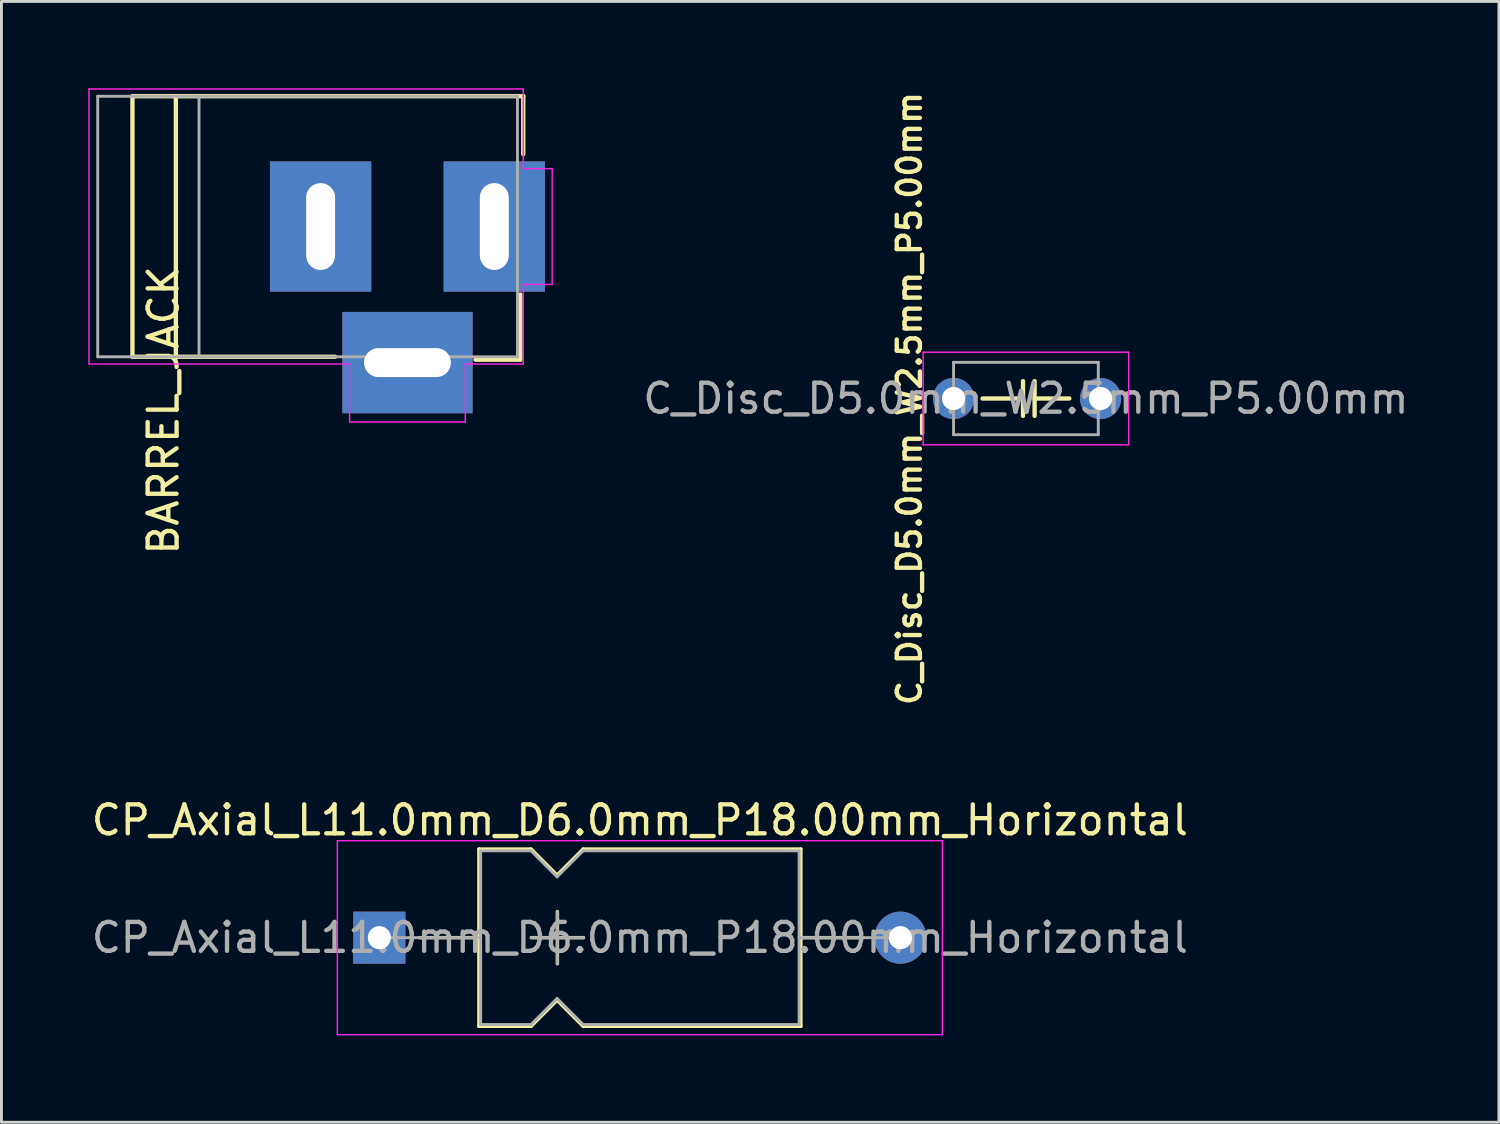
<source format=kicad_pcb>
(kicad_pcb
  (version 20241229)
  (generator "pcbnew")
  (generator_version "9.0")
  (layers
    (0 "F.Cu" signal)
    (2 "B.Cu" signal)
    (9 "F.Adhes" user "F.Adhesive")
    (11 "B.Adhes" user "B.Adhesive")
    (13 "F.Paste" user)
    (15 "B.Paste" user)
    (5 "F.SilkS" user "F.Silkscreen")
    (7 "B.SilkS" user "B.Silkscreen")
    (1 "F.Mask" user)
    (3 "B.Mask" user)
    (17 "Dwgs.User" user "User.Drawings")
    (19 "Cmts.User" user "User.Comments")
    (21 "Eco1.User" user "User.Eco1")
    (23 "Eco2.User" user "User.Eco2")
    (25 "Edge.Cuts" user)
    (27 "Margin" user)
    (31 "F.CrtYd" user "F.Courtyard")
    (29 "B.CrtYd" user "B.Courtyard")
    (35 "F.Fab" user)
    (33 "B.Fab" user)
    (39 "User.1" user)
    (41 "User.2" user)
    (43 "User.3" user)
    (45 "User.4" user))
  (footprint "BARREL_JACK"
    (layer "F.Cu")
    (at 14.025 4.775)
    (property "Reference" "BARREL_JACK" (at -11.43 6.35 270) (layer "F.SilkS") (effects (font (size 1 1) (thickness 0.15))))
    (attr through_hole)
    (fp_line (start -12.5 -4.5) (end -12.5 4.5) (stroke (width 0.15) (type solid)) (layer "F.SilkS"))
    (fp_line (start -12.5 -4.5) (end 1 -4.5) (stroke (width 0.15) (type solid)) (layer "F.SilkS"))
    (fp_line (start -12.5 4.5) (end -5.5 4.5) (stroke (width 0.15) (type solid)) (layer "F.SilkS"))
    (fp_line (start -11 -4.5) (end -11 4.5) (stroke (width 0.15) (type solid)) (layer "F.SilkS"))
    (fp_line (start 0.9 4.6) (end -0.65 4.6) (stroke (width 0.15) (type solid)) (layer "F.SilkS"))
    (fp_line (start 0.9 4.6) (end 0.9 2.35) (stroke (width 0.15) (type solid)) (layer "F.SilkS"))
    (fp_line (start 1 -4.5) (end 1 -2.5) (stroke (width 0.15) (type solid)) (layer "F.SilkS"))
    (fp_line (start -14 4.75) (end -14 -4.75) (stroke (width 0.05) (type solid)) (layer "F.CrtYd"))
    (fp_line (start -5 4.75) (end -14 4.75) (stroke (width 0.05) (type solid)) (layer "F.CrtYd"))
    (fp_line (start -5 6.75) (end -5 4.75) (stroke (width 0.05) (type solid)) (layer "F.CrtYd"))
    (fp_line (start -1 4.75) (end -1 6.75) (stroke (width 0.05) (type solid)) (layer "F.CrtYd"))
    (fp_line (start -1 6.75) (end -5 6.75) (stroke (width 0.05) (type solid)) (layer "F.CrtYd"))
    (fp_line (start 1 -4.75) (end -14 -4.75) (stroke (width 0.05) (type solid)) (layer "F.CrtYd"))
    (fp_line (start 1 -4.5) (end 1 -4.75) (stroke (width 0.05) (type solid)) (layer "F.CrtYd"))
    (fp_line (start 1 -4.5) (end 1 -2) (stroke (width 0.05) (type solid)) (layer "F.CrtYd"))
    (fp_line (start 1 -2) (end 2 -2) (stroke (width 0.05) (type solid)) (layer "F.CrtYd"))
    (fp_line (start 1 2) (end 1 4.75) (stroke (width 0.05) (type solid)) (layer "F.CrtYd"))
    (fp_line (start 1 4.75) (end -1 4.75) (stroke (width 0.05) (type solid)) (layer "F.CrtYd"))
    (fp_line (start 2 -2) (end 2 2) (stroke (width 0.05) (type solid)) (layer "F.CrtYd"))
    (fp_line (start 2 2) (end 1 2) (stroke (width 0.05) (type solid)) (layer "F.CrtYd"))
    (fp_line (start -13.7 -4.5) (end -13.7 4.5) (stroke (width 0.1) (type solid)) (layer "F.Fab"))
    (fp_line (start -13.7 4.5) (end 0.8 4.5) (stroke (width 0.1) (type solid)) (layer "F.Fab"))
    (fp_line (start -10.2 -4.5) (end -10.2 4.5) (stroke (width 0.1) (type solid)) (layer "F.Fab"))
    (fp_line (start 0.8 -4.5) (end -13.7 -4.5) (stroke (width 0.1) (type solid)) (layer "F.Fab"))
    (fp_line (start 0.8 4.5) (end 0.8 -4.5) (stroke (width 0.1) (type solid)) (layer "F.Fab"))
    (pad "1" thru_hole rect (at 0 0) (size 3.5 4.5) (drill oval 1 3) (layers "*.Cu" "*.Mask"))
    (pad "2" thru_hole rect (at -6 0) (size 3.5 4.5) (drill oval 1 3) (layers "*.Cu" "*.Mask"))
    (pad "3" thru_hole rect (at -3 4.7) (size 4.5 3.5) (drill oval 3 1) (layers "*.Cu" "*.Mask")))
  (footprint "CP_Axial_L11.0mm_D6.0mm_P18.00mm_Horizontal"
    (layer "F.Cu")
    (at 10.054 29.341)
    (property "Reference" "CP_Axial_L11.0mm_D6.0mm_P18.00mm_Horizontal" (at 9 -4.06 0) (layer "F.SilkS") (effects (font (size 1 1) (thickness 0.15))))
    (attr through_hole)
    (fp_line (start 1.38 0) (end 3.44 0) (stroke (width 0.12) (type solid)) (layer "F.SilkS"))
    (fp_line (start 3.44 -3.06) (end 3.44 3.06) (stroke (width 0.12) (type solid)) (layer "F.SilkS"))
    (fp_line (start 3.44 -3.06) (end 5.24 -3.06) (stroke (width 0.12) (type solid)) (layer "F.SilkS"))
    (fp_line (start 3.44 3.06) (end 5.24 3.06) (stroke (width 0.12) (type solid)) (layer "F.SilkS"))
    (fp_line (start 5.24 -3.06) (end 6.14 -2.16) (stroke (width 0.12) (type solid)) (layer "F.SilkS"))
    (fp_line (start 5.24 3.06) (end 6.14 2.16) (stroke (width 0.12) (type solid)) (layer "F.SilkS"))
    (fp_line (start 5.25 0) (end 7.05 0) (stroke (width 0.12) (type solid)) (layer "F.SilkS"))
    (fp_line (start 6.14 -2.16) (end 7.04 -3.06) (stroke (width 0.12) (type solid)) (layer "F.SilkS"))
    (fp_line (start 6.14 2.16) (end 7.04 3.06) (stroke (width 0.12) (type solid)) (layer "F.SilkS"))
    (fp_line (start 6.15 -0.9) (end 6.15 0.9) (stroke (width 0.12) (type solid)) (layer "F.SilkS"))
    (fp_line (start 7.04 -3.06) (end 14.56 -3.06) (stroke (width 0.12) (type solid)) (layer "F.SilkS"))
    (fp_line (start 7.04 3.06) (end 14.56 3.06) (stroke (width 0.12) (type solid)) (layer "F.SilkS"))
    (fp_line (start 14.56 -3.06) (end 14.56 3.06) (stroke (width 0.12) (type solid)) (layer "F.SilkS"))
    (fp_line (start 16.62 0) (end 14.56 0) (stroke (width 0.12) (type solid)) (layer "F.SilkS"))
    (fp_line (start -1.45 -3.35) (end -1.45 3.35) (stroke (width 0.05) (type solid)) (layer "F.CrtYd"))
    (fp_line (start -1.45 3.35) (end 19.45 3.35) (stroke (width 0.05) (type solid)) (layer "F.CrtYd"))
    (fp_line (start 19.45 -3.35) (end -1.45 -3.35) (stroke (width 0.05) (type solid)) (layer "F.CrtYd"))
    (fp_line (start 19.45 3.35) (end 19.45 -3.35) (stroke (width 0.05) (type solid)) (layer "F.CrtYd"))
    (fp_line (start 0 0) (end 3.5 0) (stroke (width 0.1) (type solid)) (layer "F.Fab"))
    (fp_line (start 3.5 -3) (end 3.5 3) (stroke (width 0.1) (type solid)) (layer "F.Fab"))
    (fp_line (start 3.5 -3) (end 5.24 -3) (stroke (width 0.1) (type solid)) (layer "F.Fab"))
    (fp_line (start 3.5 3) (end 5.24 3) (stroke (width 0.1) (type solid)) (layer "F.Fab"))
    (fp_line (start 5.24 -3) (end 6.14 -2.1) (stroke (width 0.1) (type solid)) (layer "F.Fab"))
    (fp_line (start 5.24 3) (end 6.14 2.1) (stroke (width 0.1) (type solid)) (layer "F.Fab"))
    (fp_line (start 5.25 0) (end 7.05 0) (stroke (width 0.1) (type solid)) (layer "F.Fab"))
    (fp_line (start 6.14 -2.1) (end 7.04 -3) (stroke (width 0.1) (type solid)) (layer "F.Fab"))
    (fp_line (start 6.14 2.1) (end 7.04 3) (stroke (width 0.1) (type solid)) (layer "F.Fab"))
    (fp_line (start 6.15 -0.9) (end 6.15 0.9) (stroke (width 0.1) (type solid)) (layer "F.Fab"))
    (fp_line (start 7.04 -3) (end 14.5 -3) (stroke (width 0.1) (type solid)) (layer "F.Fab"))
    (fp_line (start 7.04 3) (end 14.5 3) (stroke (width 0.1) (type solid)) (layer "F.Fab"))
    (fp_line (start 14.5 -3) (end 14.5 3) (stroke (width 0.1) (type solid)) (layer "F.Fab"))
    (fp_line (start 18 0) (end 14.5 0) (stroke (width 0.1) (type solid)) (layer "F.Fab"))
    (fp_text user "${REFERENCE}" (at 9 0 0) (layer "F.Fab") (effects (font (size 1 1) (thickness 0.15))))
    (pad "1" thru_hole rect (at 0 0) (size 1.8 1.8) (drill 0.8) (layers "*.Cu" "*.Mask"))
    (pad "2" thru_hole oval (at 18 0) (size 1.8 1.8) (drill 0.8) (layers "*.Cu" "*.Mask")))
  (footprint "C_Disc_D5.0mm_W2.5mm_P5.00mm"
    (layer "F.Cu")
    (at 29.889 10.716)
    (property "Reference" "C_Disc_D5.0mm_W2.5mm_P5.00mm" (at -1.524 0 90) (layer "F.SilkS") (effects (font (size 0.8 0.8) (thickness 0.15))))
    (attr through_hole)
    (fp_line (start 1 0) (end 2.4 0) (stroke (width 0.15) (type solid)) (layer "F.SilkS"))
    (fp_line (start 2.4 -0.6) (end 2.4 0) (stroke (width 0.15) (type solid)) (layer "F.SilkS"))
    (fp_line (start 2.4 0.6) (end 2.4 0) (stroke (width 0.15) (type solid)) (layer "F.SilkS"))
    (fp_line (start 2.8 -0.6) (end 2.8 0.6) (stroke (width 0.15) (type solid)) (layer "F.SilkS"))
    (fp_line (start 2.8 0) (end 4 0) (stroke (width 0.15) (type solid)) (layer "F.SilkS"))
    (fp_line (start -1.05 -1.6) (end -1.05 1.6) (stroke (width 0.05) (type solid)) (layer "F.CrtYd"))
    (fp_line (start -1.05 1.6) (end 6.05 1.6) (stroke (width 0.05) (type solid)) (layer "F.CrtYd"))
    (fp_line (start 6.05 -1.6) (end -1.05 -1.6) (stroke (width 0.05) (type solid)) (layer "F.CrtYd"))
    (fp_line (start 6.05 1.6) (end 6.05 -1.6) (stroke (width 0.05) (type solid)) (layer "F.CrtYd"))
    (fp_line (start 0 -1.25) (end 0 1.25) (stroke (width 0.1) (type solid)) (layer "F.Fab"))
    (fp_line (start 0 1.25) (end 5 1.25) (stroke (width 0.1) (type solid)) (layer "F.Fab"))
    (fp_line (start 5 -1.25) (end 0 -1.25) (stroke (width 0.1) (type solid)) (layer "F.Fab"))
    (fp_line (start 5 1.25) (end 5 -1.25) (stroke (width 0.1) (type solid)) (layer "F.Fab"))
    (fp_text user "${REFERENCE}" (at 2.5 0 0) (layer "F.Fab") (effects (font (size 1 1) (thickness 0.15))))
    (pad "1" thru_hole circle (at 0 0) (size 1.422 1.422) (drill 0.8) (layers "*.Cu" "*.Mask"))
    (pad "2" thru_hole circle (at 5.08 0) (size 1.422 1.422) (drill 0.8) (layers "*.Cu" "*.Mask")))
  (gr_rect
    (start -3 -3)
    (end 48.729 35.716)
    (stroke (width 0.1) (type default))
    (fill no)
    (layer "Edge.Cuts")))
</source>
